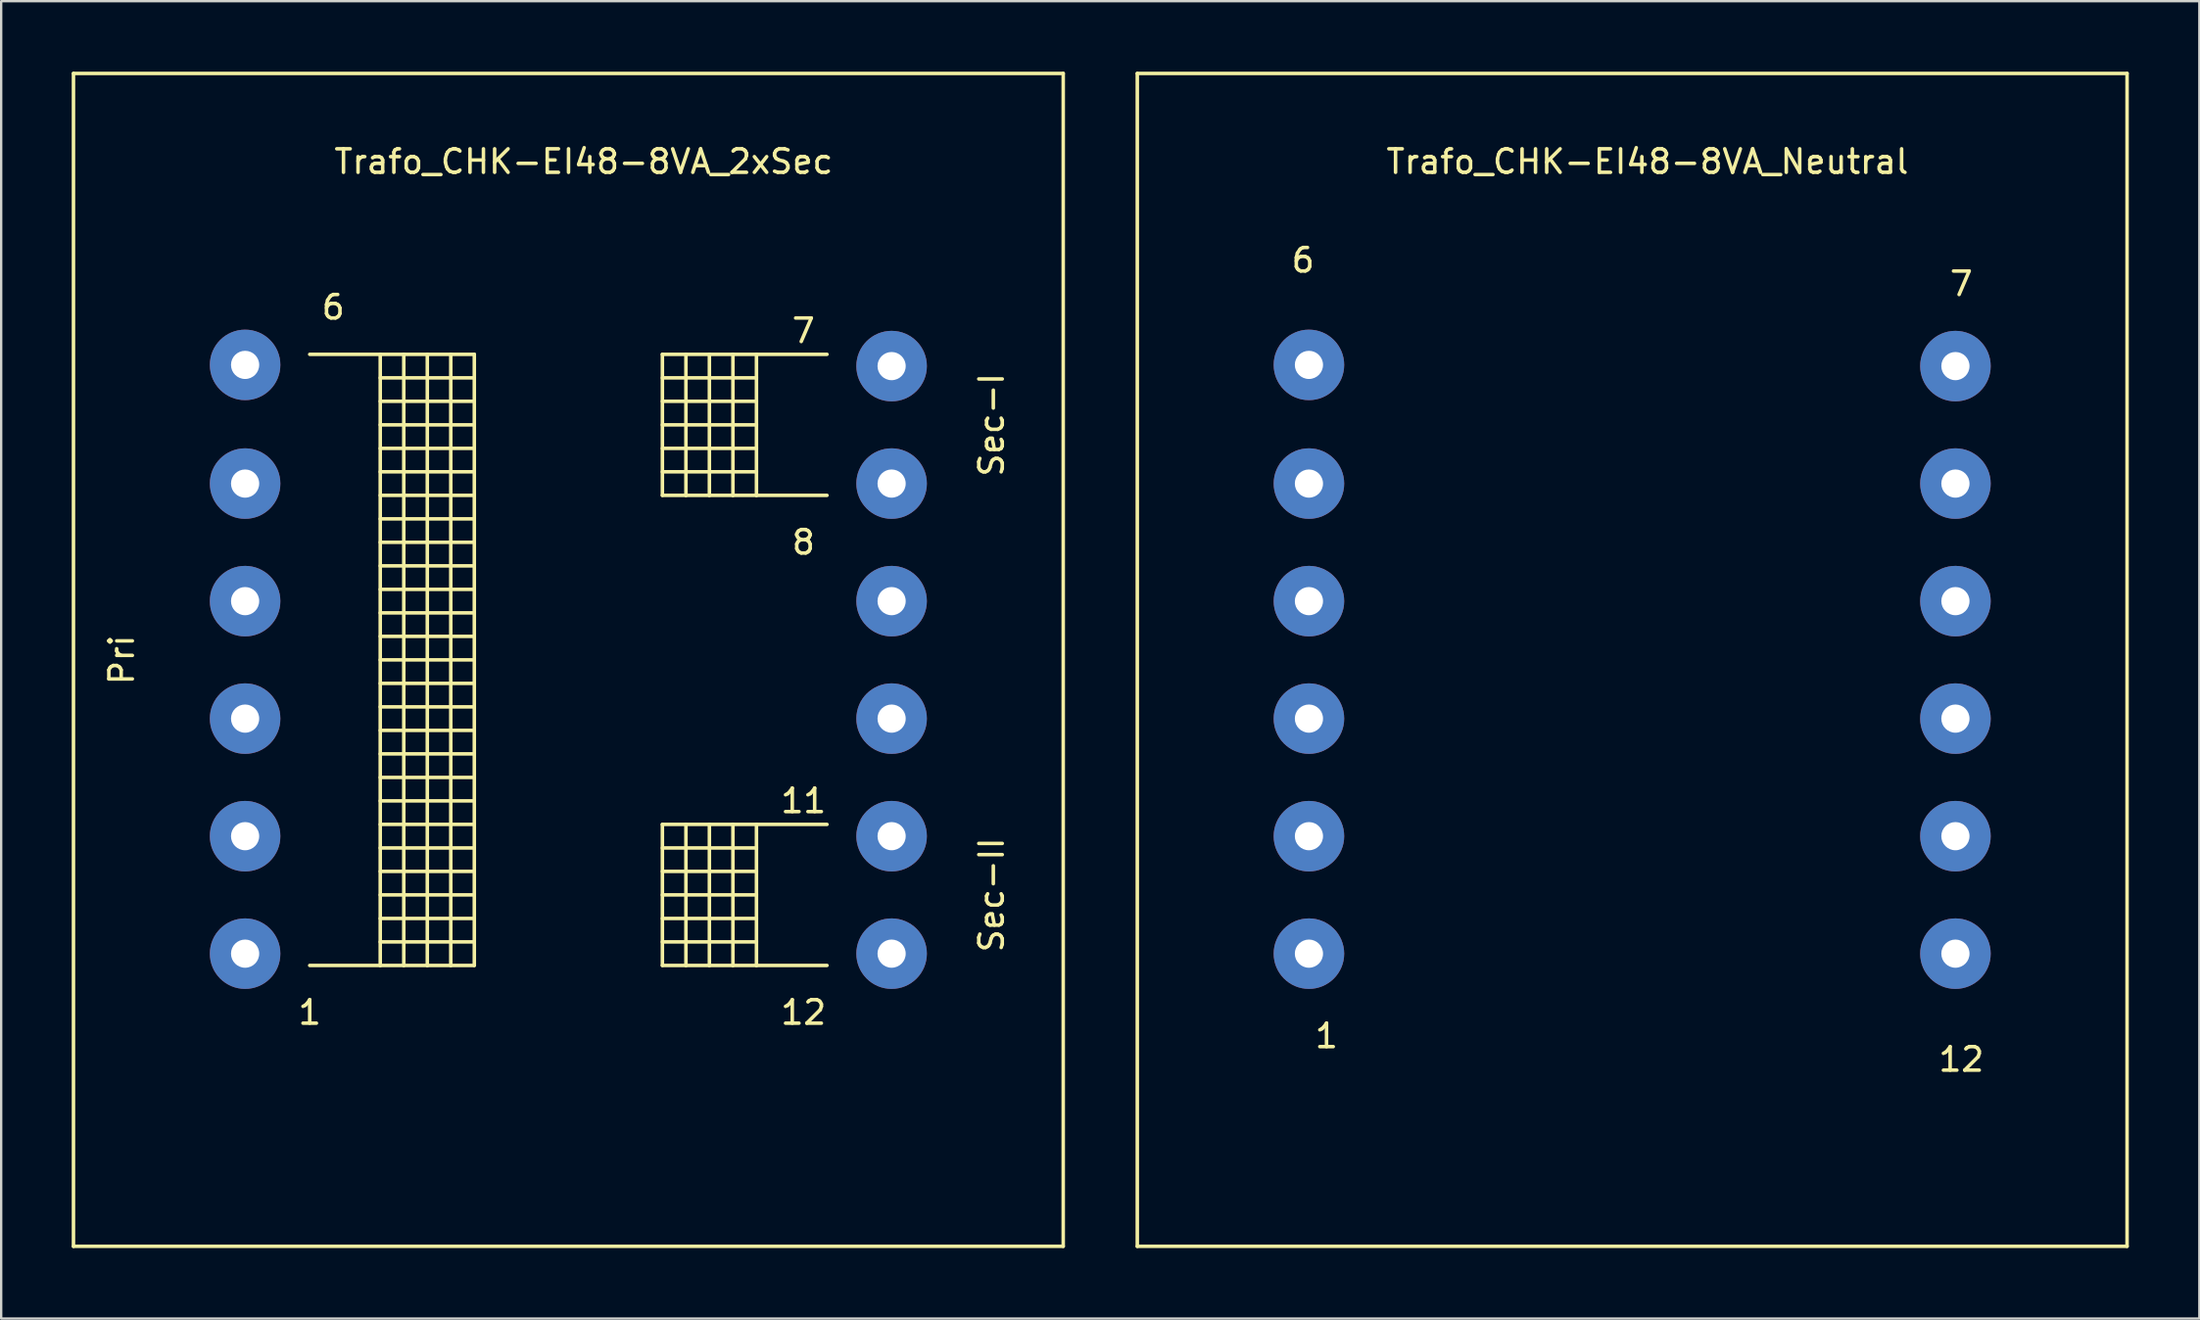
<source format=kicad_pcb>
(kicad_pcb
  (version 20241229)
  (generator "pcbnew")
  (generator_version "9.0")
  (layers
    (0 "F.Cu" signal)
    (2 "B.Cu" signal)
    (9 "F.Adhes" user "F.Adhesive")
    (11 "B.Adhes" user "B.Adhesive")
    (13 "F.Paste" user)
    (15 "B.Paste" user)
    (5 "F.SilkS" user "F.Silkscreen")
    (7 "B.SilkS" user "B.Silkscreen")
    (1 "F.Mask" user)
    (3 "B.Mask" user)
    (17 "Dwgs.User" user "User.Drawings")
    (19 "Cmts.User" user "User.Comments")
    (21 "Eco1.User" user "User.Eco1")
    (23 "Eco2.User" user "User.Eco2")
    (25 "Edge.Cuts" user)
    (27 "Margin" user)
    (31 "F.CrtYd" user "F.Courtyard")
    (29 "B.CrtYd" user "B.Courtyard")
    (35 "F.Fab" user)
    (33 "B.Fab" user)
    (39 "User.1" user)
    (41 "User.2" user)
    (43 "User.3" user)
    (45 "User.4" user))
  (footprint "Trafo_CHK-EI48-8VA_Neutral"
    (layer "F.Cu")
    (at 66.372 25.025)
    (property "Reference" "Trafo_CHK-EI48-8VA_Neutral" (at 0.65 -21.199 0) (layer "F.SilkS") (effects (font (size 1 1) (thickness 0.15))))
    (attr through_hole)
    (fp_line (start -21.049 -24.95) (end 21.049 -24.95) (stroke (width 0.15) (type solid)) (layer "F.SilkS"))
    (fp_line (start -21.049 24.95) (end -21.049 -24.95) (stroke (width 0.15) (type solid)) (layer "F.SilkS"))
    (fp_line (start 21.049 -24.95) (end 21.049 24.95) (stroke (width 0.15) (type solid)) (layer "F.SilkS"))
    (fp_line (start 21.049 24.95) (end -21.049 24.95) (stroke (width 0.15) (type solid)) (layer "F.SilkS"))
    (fp_text user "1" (at -13 15.999 0) (layer "F.SilkS") (effects (font (size 1 1) (thickness 0.15))))
    (fp_text user "7" (at 14 -15.999 0) (layer "F.SilkS") (effects (font (size 1 1) (thickness 0.15))))
    (fp_text user "12" (at 14 17 0) (layer "F.SilkS") (effects (font (size 1 1) (thickness 0.15))))
    (fp_text user "6" (at -14 -17 0) (layer "F.SilkS") (effects (font (size 1 1) (thickness 0.15))))
    (pad "1" thru_hole circle (at -13.749 12.499) (size 3 3) (drill 1.199) (layers "*.Cu" "*.Mask"))
    (pad "2" thru_hole circle (at -13.749 7.501) (size 3 3) (drill 1.199) (layers "*.Cu" "*.Mask"))
    (pad "3" thru_hole circle (at -13.749 2.499) (size 3 3) (drill 1.199) (layers "*.Cu" "*.Mask"))
    (pad "4" thru_hole circle (at -13.749 -2.499) (size 3 3) (drill 1.199) (layers "*.Cu" "*.Mask"))
    (pad "5" thru_hole circle (at -13.749 -7.501) (size 3 3) (drill 1.199) (layers "*.Cu" "*.Mask"))
    (pad "6" thru_hole circle (at -13.749 -12.55) (size 3 3) (drill 1.199) (layers "*.Cu" "*.Mask"))
    (pad "7" thru_hole circle (at 13.749 -12.499) (size 3 3) (drill 1.199) (layers "*.Cu" "*.Mask"))
    (pad "8" thru_hole circle (at 13.749 -7.501) (size 3 3) (drill 1.199) (layers "*.Cu" "*.Mask"))
    (pad "9" thru_hole circle (at 13.749 -2.499) (size 3 3) (drill 1.199) (layers "*.Cu" "*.Mask"))
    (pad "10" thru_hole circle (at 13.749 2.499) (size 3 3) (drill 1.199) (layers "*.Cu" "*.Mask"))
    (pad "11" thru_hole circle (at 13.749 7.501) (size 3 3) (drill 1.199) (layers "*.Cu" "*.Mask"))
    (pad "12" thru_hole circle (at 13.749 12.499) (size 3 3) (drill 1.199) (layers "*.Cu" "*.Mask")))
  (footprint "Trafo_CHK-EI48-8VA_2xSec"
    (layer "F.Cu")
    (at 21.124 25.025)
    (property "Reference" "Trafo_CHK-EI48-8VA_2xSec" (at 0.65 -21.199 0) (layer "F.SilkS") (effects (font (size 1 1) (thickness 0.15))))
    (attr through_hole)
    (fp_line (start -21.049 -24.95) (end 21.049 -24.95) (stroke (width 0.15) (type solid)) (layer "F.SilkS"))
    (fp_line (start -21.049 24.95) (end -21.049 -24.95) (stroke (width 0.15) (type solid)) (layer "F.SilkS"))
    (fp_line (start -11.001 -13) (end -8.001 -13) (stroke (width 0.15) (type solid)) (layer "F.SilkS"))
    (fp_line (start -8.001 -13) (end -8.001 13) (stroke (width 0.15) (type solid)) (layer "F.SilkS"))
    (fp_line (start -8.001 -13) (end -7 -13) (stroke (width 0.15) (type solid)) (layer "F.SilkS"))
    (fp_line (start -8.001 -11.999) (end -4 -11.999) (stroke (width 0.15) (type solid)) (layer "F.SilkS"))
    (fp_line (start -8.001 -11.001) (end -4 -11.001) (stroke (width 0.15) (type solid)) (layer "F.SilkS"))
    (fp_line (start -8.001 -10) (end -4 -10) (stroke (width 0.15) (type solid)) (layer "F.SilkS"))
    (fp_line (start -8.001 -8.999) (end -4 -8.999) (stroke (width 0.15) (type solid)) (layer "F.SilkS"))
    (fp_line (start -8.001 -8.001) (end -4 -8.001) (stroke (width 0.15) (type solid)) (layer "F.SilkS"))
    (fp_line (start -8.001 -7) (end -4 -7) (stroke (width 0.15) (type solid)) (layer "F.SilkS"))
    (fp_line (start -8.001 -5.999) (end -4 -5.999) (stroke (width 0.15) (type solid)) (layer "F.SilkS"))
    (fp_line (start -8.001 -5.001) (end -4 -5.001) (stroke (width 0.15) (type solid)) (layer "F.SilkS"))
    (fp_line (start -8.001 -4) (end -4 -4) (stroke (width 0.15) (type solid)) (layer "F.SilkS"))
    (fp_line (start -8.001 -3) (end -4 -3) (stroke (width 0.15) (type solid)) (layer "F.SilkS"))
    (fp_line (start -8.001 -1.001) (end -4 -1.001) (stroke (width 0.15) (type solid)) (layer "F.SilkS"))
    (fp_line (start -8.001 0) (end -4 0) (stroke (width 0.15) (type solid)) (layer "F.SilkS"))
    (fp_line (start -8.001 1.999) (end -4 1.999) (stroke (width 0.15) (type solid)) (layer "F.SilkS"))
    (fp_line (start -8.001 4) (end -4 4) (stroke (width 0.15) (type solid)) (layer "F.SilkS"))
    (fp_line (start -8.001 5.999) (end -4 5.999) (stroke (width 0.15) (type solid)) (layer "F.SilkS"))
    (fp_line (start -8.001 8.001) (end -4 8.001) (stroke (width 0.15) (type solid)) (layer "F.SilkS"))
    (fp_line (start -8.001 10) (end -4 10) (stroke (width 0.15) (type solid)) (layer "F.SilkS"))
    (fp_line (start -8.001 11.999) (end -4 11.999) (stroke (width 0.15) (type solid)) (layer "F.SilkS"))
    (fp_line (start -8.001 13) (end -11.001 13) (stroke (width 0.15) (type solid)) (layer "F.SilkS"))
    (fp_line (start -7 -13) (end -7 13) (stroke (width 0.15) (type solid)) (layer "F.SilkS"))
    (fp_line (start -7 -13) (end -5.999 -13) (stroke (width 0.15) (type solid)) (layer "F.SilkS"))
    (fp_line (start -7 13) (end -8.001 13) (stroke (width 0.15) (type solid)) (layer "F.SilkS"))
    (fp_line (start -5.999 -13) (end -5.999 13) (stroke (width 0.15) (type solid)) (layer "F.SilkS"))
    (fp_line (start -5.999 -13) (end -5.001 -13) (stroke (width 0.15) (type solid)) (layer "F.SilkS"))
    (fp_line (start -5.999 13) (end -7 13) (stroke (width 0.15) (type solid)) (layer "F.SilkS"))
    (fp_line (start -5.001 -13) (end -5.001 13) (stroke (width 0.15) (type solid)) (layer "F.SilkS"))
    (fp_line (start -5.001 -13) (end -4 -13) (stroke (width 0.15) (type solid)) (layer "F.SilkS"))
    (fp_line (start -5.001 13) (end -5.999 13) (stroke (width 0.15) (type solid)) (layer "F.SilkS"))
    (fp_line (start -4 -13) (end -4 13) (stroke (width 0.15) (type solid)) (layer "F.SilkS"))
    (fp_line (start -4 -1.999) (end -8.001 -1.999) (stroke (width 0.15) (type solid)) (layer "F.SilkS"))
    (fp_line (start -4 1.001) (end -8.001 1.001) (stroke (width 0.15) (type solid)) (layer "F.SilkS"))
    (fp_line (start -4 3) (end -8.001 3) (stroke (width 0.15) (type solid)) (layer "F.SilkS"))
    (fp_line (start -4 5.001) (end -8.001 5.001) (stroke (width 0.15) (type solid)) (layer "F.SilkS"))
    (fp_line (start -4 7) (end -8.001 7) (stroke (width 0.15) (type solid)) (layer "F.SilkS"))
    (fp_line (start -4 8.999) (end -8.001 8.999) (stroke (width 0.15) (type solid)) (layer "F.SilkS"))
    (fp_line (start -4 11.001) (end -8.001 11.001) (stroke (width 0.15) (type solid)) (layer "F.SilkS"))
    (fp_line (start -4 13) (end -5.001 13) (stroke (width 0.15) (type solid)) (layer "F.SilkS"))
    (fp_line (start 4 -13) (end 4 -7) (stroke (width 0.15) (type solid)) (layer "F.SilkS"))
    (fp_line (start 4 -11.999) (end 8.001 -11.999) (stroke (width 0.15) (type solid)) (layer "F.SilkS"))
    (fp_line (start 4 -11.001) (end 8.001 -11.001) (stroke (width 0.15) (type solid)) (layer "F.SilkS"))
    (fp_line (start 4 -10) (end 8.001 -10) (stroke (width 0.15) (type solid)) (layer "F.SilkS"))
    (fp_line (start 4 -8.999) (end 8.001 -8.999) (stroke (width 0.15) (type solid)) (layer "F.SilkS"))
    (fp_line (start 4 -8.001) (end 8.001 -8.001) (stroke (width 0.15) (type solid)) (layer "F.SilkS"))
    (fp_line (start 4 -7) (end 5.001 -7) (stroke (width 0.15) (type solid)) (layer "F.SilkS"))
    (fp_line (start 4 7) (end 4 13) (stroke (width 0.15) (type solid)) (layer "F.SilkS"))
    (fp_line (start 4 8.001) (end 8.001 8.001) (stroke (width 0.15) (type solid)) (layer "F.SilkS"))
    (fp_line (start 4 8.999) (end 8.001 8.999) (stroke (width 0.15) (type solid)) (layer "F.SilkS"))
    (fp_line (start 4 10) (end 8.001 10) (stroke (width 0.15) (type solid)) (layer "F.SilkS"))
    (fp_line (start 4 11.001) (end 8.001 11.001) (stroke (width 0.15) (type solid)) (layer "F.SilkS"))
    (fp_line (start 4 11.999) (end 8.001 11.999) (stroke (width 0.15) (type solid)) (layer "F.SilkS"))
    (fp_line (start 4 13) (end 5.001 13) (stroke (width 0.15) (type solid)) (layer "F.SilkS"))
    (fp_line (start 5.001 -13) (end 4 -13) (stroke (width 0.15) (type solid)) (layer "F.SilkS"))
    (fp_line (start 5.001 -13) (end 5.001 -7) (stroke (width 0.15) (type solid)) (layer "F.SilkS"))
    (fp_line (start 5.001 -7) (end 5.999 -7) (stroke (width 0.15) (type solid)) (layer "F.SilkS"))
    (fp_line (start 5.001 7) (end 4 7) (stroke (width 0.15) (type solid)) (layer "F.SilkS"))
    (fp_line (start 5.001 7) (end 5.001 13) (stroke (width 0.15) (type solid)) (layer "F.SilkS"))
    (fp_line (start 5.001 13) (end 5.999 13) (stroke (width 0.15) (type solid)) (layer "F.SilkS"))
    (fp_line (start 5.999 -13) (end 5.001 -13) (stroke (width 0.15) (type solid)) (layer "F.SilkS"))
    (fp_line (start 5.999 -13) (end 5.999 -7) (stroke (width 0.15) (type solid)) (layer "F.SilkS"))
    (fp_line (start 5.999 -7) (end 7 -7) (stroke (width 0.15) (type solid)) (layer "F.SilkS"))
    (fp_line (start 5.999 7) (end 5.001 7) (stroke (width 0.15) (type solid)) (layer "F.SilkS"))
    (fp_line (start 5.999 7) (end 5.999 13) (stroke (width 0.15) (type solid)) (layer "F.SilkS"))
    (fp_line (start 5.999 13) (end 7 13) (stroke (width 0.15) (type solid)) (layer "F.SilkS"))
    (fp_line (start 7 -13) (end 5.999 -13) (stroke (width 0.15) (type solid)) (layer "F.SilkS"))
    (fp_line (start 7 -13) (end 7 -7) (stroke (width 0.15) (type solid)) (layer "F.SilkS"))
    (fp_line (start 7 -7) (end 8.001 -7) (stroke (width 0.15) (type solid)) (layer "F.SilkS"))
    (fp_line (start 7 7) (end 5.999 7) (stroke (width 0.15) (type solid)) (layer "F.SilkS"))
    (fp_line (start 7 7) (end 7 13) (stroke (width 0.15) (type solid)) (layer "F.SilkS"))
    (fp_line (start 7 13) (end 8.001 13) (stroke (width 0.15) (type solid)) (layer "F.SilkS"))
    (fp_line (start 8.001 -13) (end 7 -13) (stroke (width 0.15) (type solid)) (layer "F.SilkS"))
    (fp_line (start 8.001 -13) (end 8.001 -7) (stroke (width 0.15) (type solid)) (layer "F.SilkS"))
    (fp_line (start 8.001 -7) (end 11.001 -7) (stroke (width 0.15) (type solid)) (layer "F.SilkS"))
    (fp_line (start 8.001 7) (end 7 7) (stroke (width 0.15) (type solid)) (layer "F.SilkS"))
    (fp_line (start 8.001 7) (end 8.001 13) (stroke (width 0.15) (type solid)) (layer "F.SilkS"))
    (fp_line (start 8.001 13) (end 11.001 13) (stroke (width 0.15) (type solid)) (layer "F.SilkS"))
    (fp_line (start 11.001 -13) (end 8.001 -13) (stroke (width 0.15) (type solid)) (layer "F.SilkS"))
    (fp_line (start 11.001 7) (end 8.001 7) (stroke (width 0.15) (type solid)) (layer "F.SilkS"))
    (fp_line (start 21.049 -24.95) (end 21.049 24.95) (stroke (width 0.15) (type solid)) (layer "F.SilkS"))
    (fp_line (start 21.049 24.95) (end -21.049 24.95) (stroke (width 0.15) (type solid)) (layer "F.SilkS"))
    (fp_text user "Pri" (at -18.999 0 90) (layer "F.SilkS") (effects (font (size 1 1) (thickness 0.15))))
    (fp_text user "8" (at 10 -5.001 0) (layer "F.SilkS") (effects (font (size 1 1) (thickness 0.15))))
    (fp_text user "6" (at -10 -15.001 0) (layer "F.SilkS") (effects (font (size 1 1) (thickness 0.15))))
    (fp_text user "11" (at 10 5.999 0) (layer "F.SilkS") (effects (font (size 1 1) (thickness 0.15))))
    (fp_text user "1" (at -11.001 15.001 0) (layer "F.SilkS") (effects (font (size 1 1) (thickness 0.15))))
    (fp_text user "7" (at 10 -14 0) (layer "F.SilkS") (effects (font (size 1 1) (thickness 0.15))))
    (fp_text user "Sec-I" (at 18.001 -10 90) (layer "F.SilkS") (effects (font (size 1 1) (thickness 0.15))))
    (fp_text user "Sec-II" (at 18.001 10 90) (layer "F.SilkS") (effects (font (size 1 1) (thickness 0.15))))
    (fp_text user "12" (at 10 15.001 0) (layer "F.SilkS") (effects (font (size 1 1) (thickness 0.15))))
    (pad "1" thru_hole circle (at -13.749 12.499) (size 3 3) (drill 1.199) (layers "*.Cu" "*.Mask"))
    (pad "2" thru_hole circle (at -13.749 7.501) (size 3 3) (drill 1.199) (layers "*.Cu" "*.Mask"))
    (pad "3" thru_hole circle (at -13.749 2.499) (size 3 3) (drill 1.199) (layers "*.Cu" "*.Mask"))
    (pad "4" thru_hole circle (at -13.749 -2.499) (size 3 3) (drill 1.199) (layers "*.Cu" "*.Mask"))
    (pad "5" thru_hole circle (at -13.749 -7.501) (size 3 3) (drill 1.199) (layers "*.Cu" "*.Mask"))
    (pad "6" thru_hole circle (at -13.749 -12.55) (size 3 3) (drill 1.199) (layers "*.Cu" "*.Mask"))
    (pad "7" thru_hole circle (at 13.749 -12.499) (size 3 3) (drill 1.199) (layers "*.Cu" "*.Mask"))
    (pad "8" thru_hole circle (at 13.749 -7.501) (size 3 3) (drill 1.199) (layers "*.Cu" "*.Mask"))
    (pad "9" thru_hole circle (at 13.749 -2.499) (size 3 3) (drill 1.199) (layers "*.Cu" "*.Mask"))
    (pad "10" thru_hole circle (at 13.749 2.499) (size 3 3) (drill 1.199) (layers "*.Cu" "*.Mask"))
    (pad "11" thru_hole circle (at 13.749 7.501) (size 3 3) (drill 1.199) (layers "*.Cu" "*.Mask"))
    (pad "12" thru_hole circle (at 13.749 12.499) (size 3 3) (drill 1.199) (layers "*.Cu" "*.Mask")))
  (gr_rect
    (start -3 -3)
    (end 90.496 53.051)
    (stroke (width 0.1) (type default))
    (fill no)
    (layer "Edge.Cuts")))
</source>
